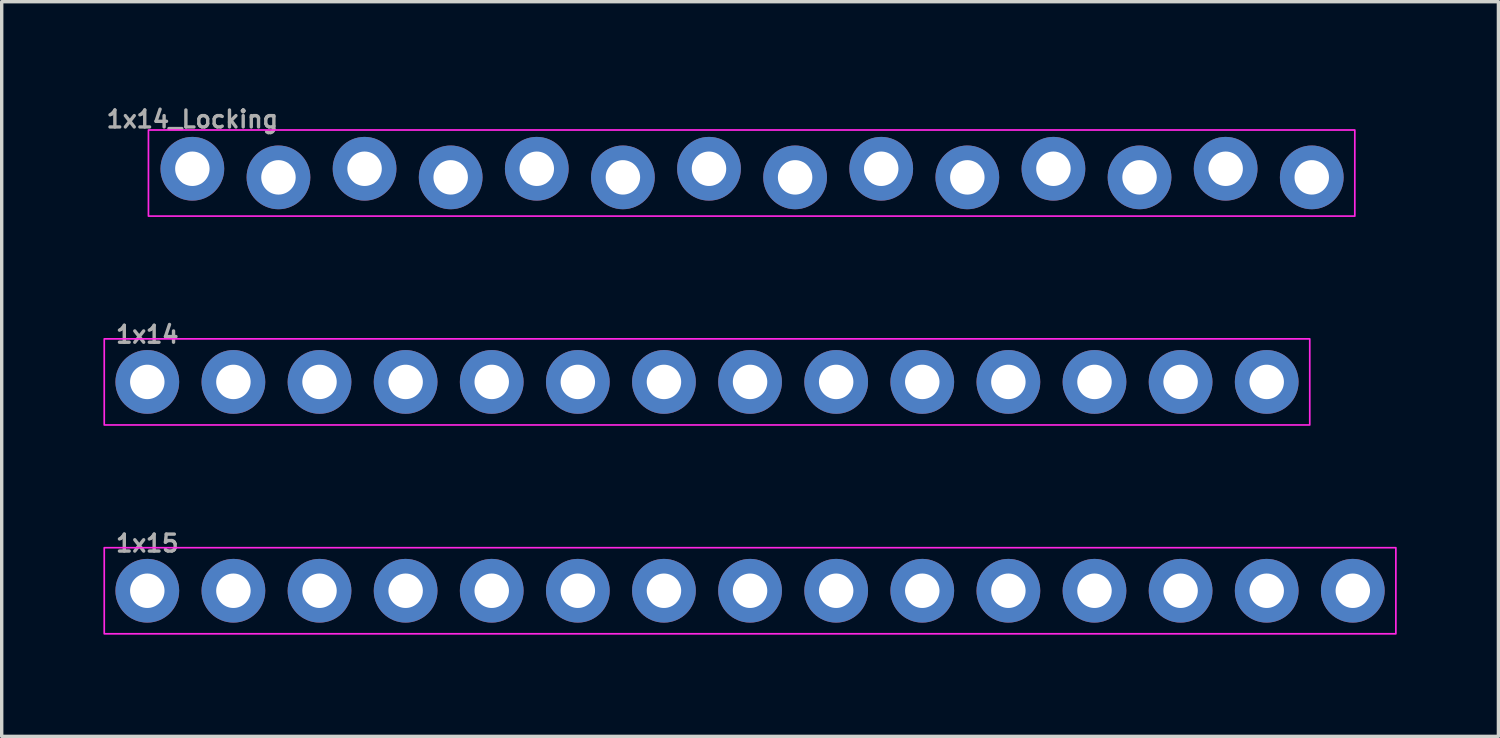
<source format=kicad_pcb>
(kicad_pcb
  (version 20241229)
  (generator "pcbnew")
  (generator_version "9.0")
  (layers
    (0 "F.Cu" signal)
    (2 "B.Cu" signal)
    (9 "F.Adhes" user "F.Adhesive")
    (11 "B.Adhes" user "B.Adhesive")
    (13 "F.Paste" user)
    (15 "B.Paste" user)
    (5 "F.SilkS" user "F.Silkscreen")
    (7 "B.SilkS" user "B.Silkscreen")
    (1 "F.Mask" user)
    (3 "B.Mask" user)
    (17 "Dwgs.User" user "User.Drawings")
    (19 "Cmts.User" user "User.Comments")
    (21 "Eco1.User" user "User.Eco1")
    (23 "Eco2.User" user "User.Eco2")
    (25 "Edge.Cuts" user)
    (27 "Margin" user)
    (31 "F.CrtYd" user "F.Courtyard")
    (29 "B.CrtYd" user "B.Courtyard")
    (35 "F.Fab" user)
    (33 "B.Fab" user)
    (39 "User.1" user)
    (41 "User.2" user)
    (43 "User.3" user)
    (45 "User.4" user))
  (footprint "1x15"
    (layer "F.Cu")
    (at 1.295 14.376)
    (property "Reference" "1x15" (at 0 -1.397 0) (layer "F.Fab") (effects (font (size 0.5 0.5) (thickness 0.1))))
    (fp_rect (start -1.27 -1.27) (end 36.83 1.27) (stroke (width 0.05) (type default)) (fill no) (layer "F.CrtYd"))
    (fp_poly (pts (xy -0.254 0.254) (xy 0.254 0.254) (xy 0.254 -0.254) (xy -0.254 -0.254)) (stroke (width 0.1) (type default)) (fill no) (layer "F.Fab"))
    (fp_poly (pts (xy 2.286 0.254) (xy 2.794 0.254) (xy 2.794 -0.254) (xy 2.286 -0.254)) (stroke (width 0.1) (type default)) (fill no) (layer "F.Fab"))
    (fp_poly (pts (xy 4.826 0.254) (xy 5.334 0.254) (xy 5.334 -0.254) (xy 4.826 -0.254)) (stroke (width 0.1) (type default)) (fill no) (layer "F.Fab"))
    (fp_poly (pts (xy 7.366 0.254) (xy 7.874 0.254) (xy 7.874 -0.254) (xy 7.366 -0.254)) (stroke (width 0.1) (type default)) (fill no) (layer "F.Fab"))
    (fp_poly (pts (xy 9.906 0.254) (xy 10.414 0.254) (xy 10.414 -0.254) (xy 9.906 -0.254)) (stroke (width 0.1) (type default)) (fill no) (layer "F.Fab"))
    (fp_poly (pts (xy 12.446 0.254) (xy 12.954 0.254) (xy 12.954 -0.254) (xy 12.446 -0.254)) (stroke (width 0.1) (type default)) (fill no) (layer "F.Fab"))
    (fp_poly (pts (xy 14.986 0.254) (xy 15.494 0.254) (xy 15.494 -0.254) (xy 14.986 -0.254)) (stroke (width 0.1) (type default)) (fill no) (layer "F.Fab"))
    (fp_poly (pts (xy 17.526 0.254) (xy 18.034 0.254) (xy 18.034 -0.254) (xy 17.526 -0.254)) (stroke (width 0.1) (type default)) (fill no) (layer "F.Fab"))
    (fp_poly (pts (xy 20.066 0.254) (xy 20.574 0.254) (xy 20.574 -0.254) (xy 20.066 -0.254)) (stroke (width 0.1) (type default)) (fill no) (layer "F.Fab"))
    (fp_poly (pts (xy 22.606 0.254) (xy 23.114 0.254) (xy 23.114 -0.254) (xy 22.606 -0.254)) (stroke (width 0.1) (type default)) (fill no) (layer "F.Fab"))
    (fp_poly (pts (xy 25.146 0.254) (xy 25.654 0.254) (xy 25.654 -0.254) (xy 25.146 -0.254)) (stroke (width 0.1) (type default)) (fill no) (layer "F.Fab"))
    (fp_poly (pts (xy 27.686 0.254) (xy 28.194 0.254) (xy 28.194 -0.254) (xy 27.686 -0.254)) (stroke (width 0.1) (type default)) (fill no) (layer "F.Fab"))
    (fp_poly (pts (xy 30.226 0.254) (xy 30.734 0.254) (xy 30.734 -0.254) (xy 30.226 -0.254)) (stroke (width 0.1) (type default)) (fill no) (layer "F.Fab"))
    (fp_poly (pts (xy 32.766 0.254) (xy 33.274 0.254) (xy 33.274 -0.254) (xy 32.766 -0.254)) (stroke (width 0.1) (type default)) (fill no) (layer "F.Fab"))
    (fp_poly (pts (xy 35.306 0.254) (xy 35.814 0.254) (xy 35.814 -0.254) (xy 35.306 -0.254)) (stroke (width 0.1) (type default)) (fill no) (layer "F.Fab"))
    (pad "1" thru_hole circle (at 0 0 90) (size 1.88 1.88) (drill 1.016) (layers "*.Cu" "*.Mask"))
    (pad "2" thru_hole circle (at 2.54 0 90) (size 1.88 1.88) (drill 1.016) (layers "*.Cu" "*.Mask"))
    (pad "3" thru_hole circle (at 5.08 0 90) (size 1.88 1.88) (drill 1.016) (layers "*.Cu" "*.Mask"))
    (pad "4" thru_hole circle (at 7.62 0 90) (size 1.88 1.88) (drill 1.016) (layers "*.Cu" "*.Mask"))
    (pad "5" thru_hole circle (at 10.16 0 90) (size 1.88 1.88) (drill 1.016) (layers "*.Cu" "*.Mask"))
    (pad "6" thru_hole circle (at 12.7 0 90) (size 1.88 1.88) (drill 1.016) (layers "*.Cu" "*.Mask"))
    (pad "7" thru_hole circle (at 15.24 0 90) (size 1.88 1.88) (drill 1.016) (layers "*.Cu" "*.Mask"))
    (pad "8" thru_hole circle (at 17.78 0 90) (size 1.88 1.88) (drill 1.016) (layers "*.Cu" "*.Mask"))
    (pad "9" thru_hole circle (at 20.32 0 90) (size 1.88 1.88) (drill 1.016) (layers "*.Cu" "*.Mask"))
    (pad "10" thru_hole circle (at 22.86 0 90) (size 1.88 1.88) (drill 1.016) (layers "*.Cu" "*.Mask"))
    (pad "11" thru_hole circle (at 25.4 0 90) (size 1.88 1.88) (drill 1.016) (layers "*.Cu" "*.Mask"))
    (pad "12" thru_hole circle (at 27.94 0 90) (size 1.88 1.88) (drill 1.016) (layers "*.Cu" "*.Mask"))
    (pad "13" thru_hole circle (at 30.48 0 90) (size 1.88 1.88) (drill 1.016) (layers "*.Cu" "*.Mask"))
    (pad "14" thru_hole circle (at 33.02 0 90) (size 1.88 1.88) (drill 1.016) (layers "*.Cu" "*.Mask"))
    (pad "15" thru_hole circle (at 35.56 0 90) (size 1.88 1.88) (drill 1.016) (layers "*.Cu" "*.Mask")))
  (footprint "1x14_Locking"
    (layer "F.Cu")
    (at 2.624 2.055)
    (property "Reference" "1x14_Locking" (at 0 -1.587 0) (layer "F.Fab") (effects (font (size 0.5 0.5) (thickness 0.1))))
    (fp_rect (start -1.295 -1.27) (end 34.29 1.27) (stroke (width 0.05) (type default)) (fill no) (layer "F.CrtYd"))
    (fp_poly (pts (xy -0.254 0.254) (xy 0.254 0.254) (xy 0.254 -0.254) (xy -0.254 -0.254)) (stroke (width 0.1) (type default)) (fill no) (layer "F.Fab"))
    (fp_poly (pts (xy 2.286 0.254) (xy 2.794 0.254) (xy 2.794 -0.254) (xy 2.286 -0.254)) (stroke (width 0.1) (type default)) (fill no) (layer "F.Fab"))
    (fp_poly (pts (xy 4.826 0.254) (xy 5.334 0.254) (xy 5.334 -0.254) (xy 4.826 -0.254)) (stroke (width 0.1) (type default)) (fill no) (layer "F.Fab"))
    (fp_poly (pts (xy 7.366 0.254) (xy 7.874 0.254) (xy 7.874 -0.254) (xy 7.366 -0.254)) (stroke (width 0.1) (type default)) (fill no) (layer "F.Fab"))
    (fp_poly (pts (xy 9.906 0.254) (xy 10.414 0.254) (xy 10.414 -0.254) (xy 9.906 -0.254)) (stroke (width 0.1) (type default)) (fill no) (layer "F.Fab"))
    (fp_poly (pts (xy 12.446 0.254) (xy 12.954 0.254) (xy 12.954 -0.254) (xy 12.446 -0.254)) (stroke (width 0.1) (type default)) (fill no) (layer "F.Fab"))
    (fp_poly (pts (xy 14.986 0.254) (xy 15.494 0.254) (xy 15.494 -0.254) (xy 14.986 -0.254)) (stroke (width 0.1) (type default)) (fill no) (layer "F.Fab"))
    (fp_poly (pts (xy 17.526 0.254) (xy 18.034 0.254) (xy 18.034 -0.254) (xy 17.526 -0.254)) (stroke (width 0.1) (type default)) (fill no) (layer "F.Fab"))
    (fp_poly (pts (xy 20.066 0.254) (xy 20.574 0.254) (xy 20.574 -0.254) (xy 20.066 -0.254)) (stroke (width 0.1) (type default)) (fill no) (layer "F.Fab"))
    (fp_poly (pts (xy 22.606 0.254) (xy 23.114 0.254) (xy 23.114 -0.254) (xy 22.606 -0.254)) (stroke (width 0.1) (type default)) (fill no) (layer "F.Fab"))
    (fp_poly (pts (xy 25.146 0.254) (xy 25.654 0.254) (xy 25.654 -0.254) (xy 25.146 -0.254)) (stroke (width 0.1) (type default)) (fill no) (layer "F.Fab"))
    (fp_poly (pts (xy 27.686 0.254) (xy 28.194 0.254) (xy 28.194 -0.254) (xy 27.686 -0.254)) (stroke (width 0.1) (type default)) (fill no) (layer "F.Fab"))
    (fp_poly (pts (xy 30.226 0.254) (xy 30.734 0.254) (xy 30.734 -0.254) (xy 30.226 -0.254)) (stroke (width 0.1) (type default)) (fill no) (layer "F.Fab"))
    (fp_poly (pts (xy 32.766 0.254) (xy 33.274 0.254) (xy 33.274 -0.254) (xy 32.766 -0.254)) (stroke (width 0.1) (type default)) (fill no) (layer "F.Fab"))
    (pad "1" thru_hole circle (at 0 -0.127 90) (size 1.88 1.88) (drill 1.016) (layers "*.Cu" "*.Mask"))
    (pad "2" thru_hole circle (at 2.54 0.127 90) (size 1.88 1.88) (drill 1.016) (layers "*.Cu" "*.Mask"))
    (pad "3" thru_hole circle (at 5.08 -0.127 90) (size 1.88 1.88) (drill 1.016) (layers "*.Cu" "*.Mask"))
    (pad "4" thru_hole circle (at 7.62 0.127 90) (size 1.88 1.88) (drill 1.016) (layers "*.Cu" "*.Mask"))
    (pad "5" thru_hole circle (at 10.16 -0.127 90) (size 1.88 1.88) (drill 1.016) (layers "*.Cu" "*.Mask"))
    (pad "6" thru_hole circle (at 12.7 0.127 90) (size 1.88 1.88) (drill 1.016) (layers "*.Cu" "*.Mask"))
    (pad "7" thru_hole circle (at 15.24 -0.127 90) (size 1.88 1.88) (drill 1.016) (layers "*.Cu" "*.Mask"))
    (pad "8" thru_hole circle (at 17.78 0.127 90) (size 1.88 1.88) (drill 1.016) (layers "*.Cu" "*.Mask"))
    (pad "9" thru_hole circle (at 20.32 -0.127 90) (size 1.88 1.88) (drill 1.016) (layers "*.Cu" "*.Mask"))
    (pad "10" thru_hole circle (at 22.86 0.127 90) (size 1.88 1.88) (drill 1.016) (layers "*.Cu" "*.Mask"))
    (pad "11" thru_hole circle (at 25.4 -0.127 90) (size 1.88 1.88) (drill 1.016) (layers "*.Cu" "*.Mask"))
    (pad "12" thru_hole circle (at 27.94 0.127 90) (size 1.88 1.88) (drill 1.016) (layers "*.Cu" "*.Mask"))
    (pad "13" thru_hole circle (at 30.48 -0.127 90) (size 1.88 1.88) (drill 1.016) (layers "*.Cu" "*.Mask"))
    (pad "14" thru_hole circle (at 33.02 0.127 90) (size 1.88 1.88) (drill 1.016) (layers "*.Cu" "*.Mask")))
  (footprint "1x14"
    (layer "F.Cu")
    (at 1.295 8.216)
    (property "Reference" "1x14" (at 0 -1.397 0) (layer "F.Fab") (effects (font (size 0.5 0.5) (thickness 0.1))))
    (fp_rect (start -1.27 -1.27) (end 34.29 1.27) (stroke (width 0.05) (type default)) (fill no) (layer "F.CrtYd"))
    (fp_poly (pts (xy -0.254 0.254) (xy 0.254 0.254) (xy 0.254 -0.254) (xy -0.254 -0.254)) (stroke (width 0.1) (type default)) (fill no) (layer "F.Fab"))
    (fp_poly (pts (xy 2.286 0.254) (xy 2.794 0.254) (xy 2.794 -0.254) (xy 2.286 -0.254)) (stroke (width 0.1) (type default)) (fill no) (layer "F.Fab"))
    (fp_poly (pts (xy 4.826 0.254) (xy 5.334 0.254) (xy 5.334 -0.254) (xy 4.826 -0.254)) (stroke (width 0.1) (type default)) (fill no) (layer "F.Fab"))
    (fp_poly (pts (xy 7.366 0.254) (xy 7.874 0.254) (xy 7.874 -0.254) (xy 7.366 -0.254)) (stroke (width 0.1) (type default)) (fill no) (layer "F.Fab"))
    (fp_poly (pts (xy 9.906 0.254) (xy 10.414 0.254) (xy 10.414 -0.254) (xy 9.906 -0.254)) (stroke (width 0.1) (type default)) (fill no) (layer "F.Fab"))
    (fp_poly (pts (xy 12.446 0.254) (xy 12.954 0.254) (xy 12.954 -0.254) (xy 12.446 -0.254)) (stroke (width 0.1) (type default)) (fill no) (layer "F.Fab"))
    (fp_poly (pts (xy 14.986 0.254) (xy 15.494 0.254) (xy 15.494 -0.254) (xy 14.986 -0.254)) (stroke (width 0.1) (type default)) (fill no) (layer "F.Fab"))
    (fp_poly (pts (xy 17.526 0.254) (xy 18.034 0.254) (xy 18.034 -0.254) (xy 17.526 -0.254)) (stroke (width 0.1) (type default)) (fill no) (layer "F.Fab"))
    (fp_poly (pts (xy 20.066 0.254) (xy 20.574 0.254) (xy 20.574 -0.254) (xy 20.066 -0.254)) (stroke (width 0.1) (type default)) (fill no) (layer "F.Fab"))
    (fp_poly (pts (xy 22.606 0.254) (xy 23.114 0.254) (xy 23.114 -0.254) (xy 22.606 -0.254)) (stroke (width 0.1) (type default)) (fill no) (layer "F.Fab"))
    (fp_poly (pts (xy 25.146 0.254) (xy 25.654 0.254) (xy 25.654 -0.254) (xy 25.146 -0.254)) (stroke (width 0.1) (type default)) (fill no) (layer "F.Fab"))
    (fp_poly (pts (xy 27.686 0.254) (xy 28.194 0.254) (xy 28.194 -0.254) (xy 27.686 -0.254)) (stroke (width 0.1) (type default)) (fill no) (layer "F.Fab"))
    (fp_poly (pts (xy 30.226 0.254) (xy 30.734 0.254) (xy 30.734 -0.254) (xy 30.226 -0.254)) (stroke (width 0.1) (type default)) (fill no) (layer "F.Fab"))
    (fp_poly (pts (xy 32.766 0.254) (xy 33.274 0.254) (xy 33.274 -0.254) (xy 32.766 -0.254)) (stroke (width 0.1) (type default)) (fill no) (layer "F.Fab"))
    (pad "1" thru_hole circle (at 0 0 90) (size 1.88 1.88) (drill 1.016) (layers "*.Cu" "*.Mask"))
    (pad "2" thru_hole circle (at 2.54 0 90) (size 1.88 1.88) (drill 1.016) (layers "*.Cu" "*.Mask"))
    (pad "3" thru_hole circle (at 5.08 0 90) (size 1.88 1.88) (drill 1.016) (layers "*.Cu" "*.Mask"))
    (pad "4" thru_hole circle (at 7.62 0 90) (size 1.88 1.88) (drill 1.016) (layers "*.Cu" "*.Mask"))
    (pad "5" thru_hole circle (at 10.16 0 90) (size 1.88 1.88) (drill 1.016) (layers "*.Cu" "*.Mask"))
    (pad "6" thru_hole circle (at 12.7 0 90) (size 1.88 1.88) (drill 1.016) (layers "*.Cu" "*.Mask"))
    (pad "7" thru_hole circle (at 15.24 0 90) (size 1.88 1.88) (drill 1.016) (layers "*.Cu" "*.Mask"))
    (pad "8" thru_hole circle (at 17.78 0 90) (size 1.88 1.88) (drill 1.016) (layers "*.Cu" "*.Mask"))
    (pad "9" thru_hole circle (at 20.32 0 90) (size 1.88 1.88) (drill 1.016) (layers "*.Cu" "*.Mask"))
    (pad "10" thru_hole circle (at 22.86 0 90) (size 1.88 1.88) (drill 1.016) (layers "*.Cu" "*.Mask"))
    (pad "11" thru_hole circle (at 25.4 0 90) (size 1.88 1.88) (drill 1.016) (layers "*.Cu" "*.Mask"))
    (pad "12" thru_hole circle (at 27.94 0 90) (size 1.88 1.88) (drill 1.016) (layers "*.Cu" "*.Mask"))
    (pad "13" thru_hole circle (at 30.48 0 90) (size 1.88 1.88) (drill 1.016) (layers "*.Cu" "*.Mask"))
    (pad "14" thru_hole circle (at 33.02 0 90) (size 1.88 1.88) (drill 1.016) (layers "*.Cu" "*.Mask")))
  (gr_rect
    (start -3 -3)
    (end 41.15 18.671)
    (stroke (width 0.1) (type default))
    (fill no)
    (layer "Edge.Cuts")))
</source>
